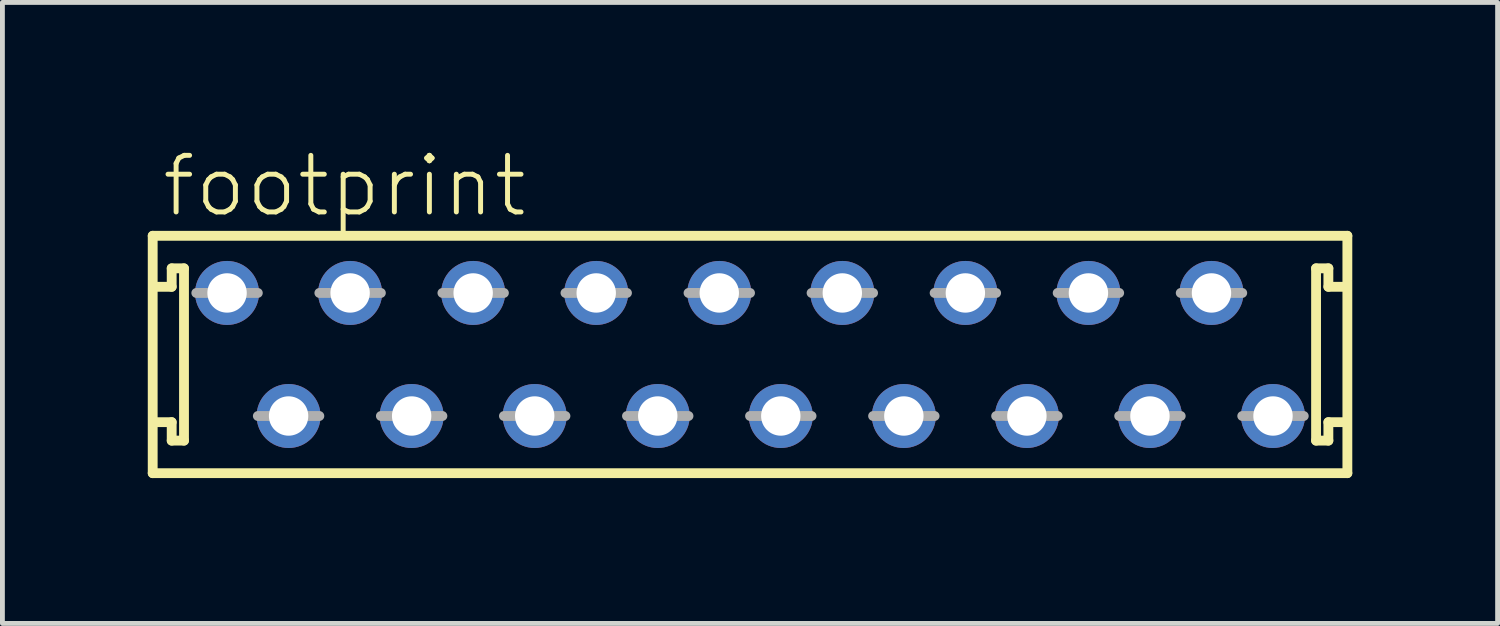
<source format=kicad_pcb>
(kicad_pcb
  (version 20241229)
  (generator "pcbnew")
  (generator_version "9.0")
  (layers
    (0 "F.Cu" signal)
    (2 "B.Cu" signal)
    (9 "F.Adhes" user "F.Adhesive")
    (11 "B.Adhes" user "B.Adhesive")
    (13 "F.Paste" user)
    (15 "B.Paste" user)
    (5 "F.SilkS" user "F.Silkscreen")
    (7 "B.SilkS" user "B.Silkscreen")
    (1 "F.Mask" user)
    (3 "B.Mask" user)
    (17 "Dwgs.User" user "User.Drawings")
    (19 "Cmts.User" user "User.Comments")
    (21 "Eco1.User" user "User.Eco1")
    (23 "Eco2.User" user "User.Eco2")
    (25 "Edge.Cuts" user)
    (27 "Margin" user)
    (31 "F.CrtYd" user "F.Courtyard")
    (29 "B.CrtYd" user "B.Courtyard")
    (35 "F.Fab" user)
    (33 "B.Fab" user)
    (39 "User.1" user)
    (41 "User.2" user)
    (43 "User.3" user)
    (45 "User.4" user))
  (footprint "footprint"
    (layer "F.Cu")
    (at 12.432 4.267)
    (property "Reference" "footprint" (at -12.192 -2.794 0) (layer "F.SilkS") (effects (font (size 1.168 1.168) (thickness 0.102)) (justify left bottom)))
    (fp_line (start -12.33 -2.45) (end 12.33 -2.45) (stroke (width 0.203) (type solid)) (layer "F.SilkS"))
    (fp_line (start -12.33 2.45) (end -12.33 -2.45) (stroke (width 0.203) (type solid)) (layer "F.SilkS"))
    (fp_line (start -11.938 -1.778) (end -11.938 -1.397) (stroke (width 0.203) (type solid)) (layer "F.SilkS"))
    (fp_line (start -11.938 -1.397) (end -12.319 -1.397) (stroke (width 0.203) (type solid)) (layer "F.SilkS"))
    (fp_line (start -11.938 1.397) (end -12.319 1.397) (stroke (width 0.203) (type solid)) (layer "F.SilkS"))
    (fp_line (start -11.938 1.778) (end -11.938 1.397) (stroke (width 0.203) (type solid)) (layer "F.SilkS"))
    (fp_line (start -11.684 -1.778) (end -11.938 -1.778) (stroke (width 0.203) (type solid)) (layer "F.SilkS"))
    (fp_line (start -11.684 1.778) (end -11.938 1.778) (stroke (width 0.203) (type solid)) (layer "F.SilkS"))
    (fp_line (start -11.684 1.778) (end -11.684 -1.778) (stroke (width 0.203) (type solid)) (layer "F.SilkS"))
    (fp_line (start 11.684 -1.778) (end 11.684 1.778) (stroke (width 0.203) (type solid)) (layer "F.SilkS"))
    (fp_line (start 11.684 -1.778) (end 11.938 -1.778) (stroke (width 0.203) (type solid)) (layer "F.SilkS"))
    (fp_line (start 11.684 1.778) (end 11.938 1.778) (stroke (width 0.203) (type solid)) (layer "F.SilkS"))
    (fp_line (start 11.938 -1.778) (end 11.938 -1.397) (stroke (width 0.203) (type solid)) (layer "F.SilkS"))
    (fp_line (start 11.938 -1.397) (end 12.319 -1.397) (stroke (width 0.203) (type solid)) (layer "F.SilkS"))
    (fp_line (start 11.938 1.397) (end 12.319 1.397) (stroke (width 0.203) (type solid)) (layer "F.SilkS"))
    (fp_line (start 11.938 1.778) (end 11.938 1.397) (stroke (width 0.203) (type solid)) (layer "F.SilkS"))
    (fp_line (start 12.33 -2.45) (end 12.33 2.45) (stroke (width 0.203) (type solid)) (layer "F.SilkS"))
    (fp_line (start 12.33 2.45) (end -12.33 2.45) (stroke (width 0.203) (type solid)) (layer "F.SilkS"))
    (fp_line (start -11.43 -1.27) (end -10.16 -1.27) (stroke (width 0.203) (type solid)) (layer "F.Fab"))
    (fp_line (start -10.16 1.27) (end -8.89 1.27) (stroke (width 0.203) (type solid)) (layer "F.Fab"))
    (fp_line (start -8.89 -1.27) (end -7.62 -1.27) (stroke (width 0.203) (type solid)) (layer "F.Fab"))
    (fp_line (start -7.62 1.27) (end -6.35 1.27) (stroke (width 0.203) (type solid)) (layer "F.Fab"))
    (fp_line (start -6.35 -1.27) (end -5.08 -1.27) (stroke (width 0.203) (type solid)) (layer "F.Fab"))
    (fp_line (start -5.08 1.27) (end -3.81 1.27) (stroke (width 0.203) (type solid)) (layer "F.Fab"))
    (fp_line (start -3.81 -1.27) (end -2.54 -1.27) (stroke (width 0.203) (type solid)) (layer "F.Fab"))
    (fp_line (start -2.54 1.27) (end -1.27 1.27) (stroke (width 0.203) (type solid)) (layer "F.Fab"))
    (fp_line (start -1.27 -1.27) (end 0 -1.27) (stroke (width 0.203) (type solid)) (layer "F.Fab"))
    (fp_line (start 0 1.27) (end 1.27 1.27) (stroke (width 0.203) (type solid)) (layer "F.Fab"))
    (fp_line (start 1.27 -1.27) (end 2.54 -1.27) (stroke (width 0.203) (type solid)) (layer "F.Fab"))
    (fp_line (start 2.54 1.27) (end 3.81 1.27) (stroke (width 0.203) (type solid)) (layer "F.Fab"))
    (fp_line (start 3.81 -1.27) (end 5.08 -1.27) (stroke (width 0.203) (type solid)) (layer "F.Fab"))
    (fp_line (start 5.08 1.27) (end 6.35 1.27) (stroke (width 0.203) (type solid)) (layer "F.Fab"))
    (fp_line (start 6.35 -1.27) (end 7.62 -1.27) (stroke (width 0.203) (type solid)) (layer "F.Fab"))
    (fp_line (start 7.62 1.27) (end 8.89 1.27) (stroke (width 0.203) (type solid)) (layer "F.Fab"))
    (fp_line (start 8.89 -1.27) (end 10.16 -1.27) (stroke (width 0.203) (type solid)) (layer "F.Fab"))
    (fp_line (start 10.16 1.27) (end 11.43 1.27) (stroke (width 0.203) (type solid)) (layer "F.Fab"))
    (pad "1" thru_hole circle (at -10.795 -1.27) (size 1.321 1.321) (drill 0.813) (layers "*.Cu" "*.Mask"))
    (pad "2" thru_hole circle (at -9.525 1.27) (size 1.321 1.321) (drill 0.813) (layers "*.Cu" "*.Mask"))
    (pad "3" thru_hole circle (at -8.255 -1.27) (size 1.321 1.321) (drill 0.813) (layers "*.Cu" "*.Mask"))
    (pad "4" thru_hole circle (at -6.985 1.27) (size 1.321 1.321) (drill 0.813) (layers "*.Cu" "*.Mask"))
    (pad "5" thru_hole circle (at -5.715 -1.27) (size 1.321 1.321) (drill 0.813) (layers "*.Cu" "*.Mask"))
    (pad "6" thru_hole circle (at -4.445 1.27) (size 1.321 1.321) (drill 0.813) (layers "*.Cu" "*.Mask"))
    (pad "7" thru_hole circle (at -3.175 -1.27) (size 1.321 1.321) (drill 0.813) (layers "*.Cu" "*.Mask"))
    (pad "8" thru_hole circle (at -1.905 1.27) (size 1.321 1.321) (drill 0.813) (layers "*.Cu" "*.Mask"))
    (pad "9" thru_hole circle (at -0.635 -1.27) (size 1.321 1.321) (drill 0.813) (layers "*.Cu" "*.Mask"))
    (pad "10" thru_hole circle (at 0.635 1.27) (size 1.321 1.321) (drill 0.813) (layers "*.Cu" "*.Mask"))
    (pad "11" thru_hole circle (at 1.905 -1.27) (size 1.321 1.321) (drill 0.813) (layers "*.Cu" "*.Mask"))
    (pad "12" thru_hole circle (at 3.175 1.27) (size 1.321 1.321) (drill 0.813) (layers "*.Cu" "*.Mask"))
    (pad "13" thru_hole circle (at 4.445 -1.27) (size 1.321 1.321) (drill 0.813) (layers "*.Cu" "*.Mask"))
    (pad "14" thru_hole circle (at 5.715 1.27) (size 1.321 1.321) (drill 0.813) (layers "*.Cu" "*.Mask"))
    (pad "15" thru_hole circle (at 6.985 -1.27) (size 1.321 1.321) (drill 0.813) (layers "*.Cu" "*.Mask"))
    (pad "16" thru_hole circle (at 8.255 1.27) (size 1.321 1.321) (drill 0.813) (layers "*.Cu" "*.Mask"))
    (pad "17" thru_hole circle (at 9.525 -1.27) (size 1.321 1.321) (drill 0.813) (layers "*.Cu" "*.Mask"))
    (pad "18" thru_hole circle (at 10.795 1.27) (size 1.321 1.321) (drill 0.813) (layers "*.Cu" "*.Mask")))
  (gr_rect
    (start -3 -3)
    (end 27.863 9.819)
    (stroke (width 0.1) (type default))
    (fill no)
    (layer "Edge.Cuts")))
</source>
